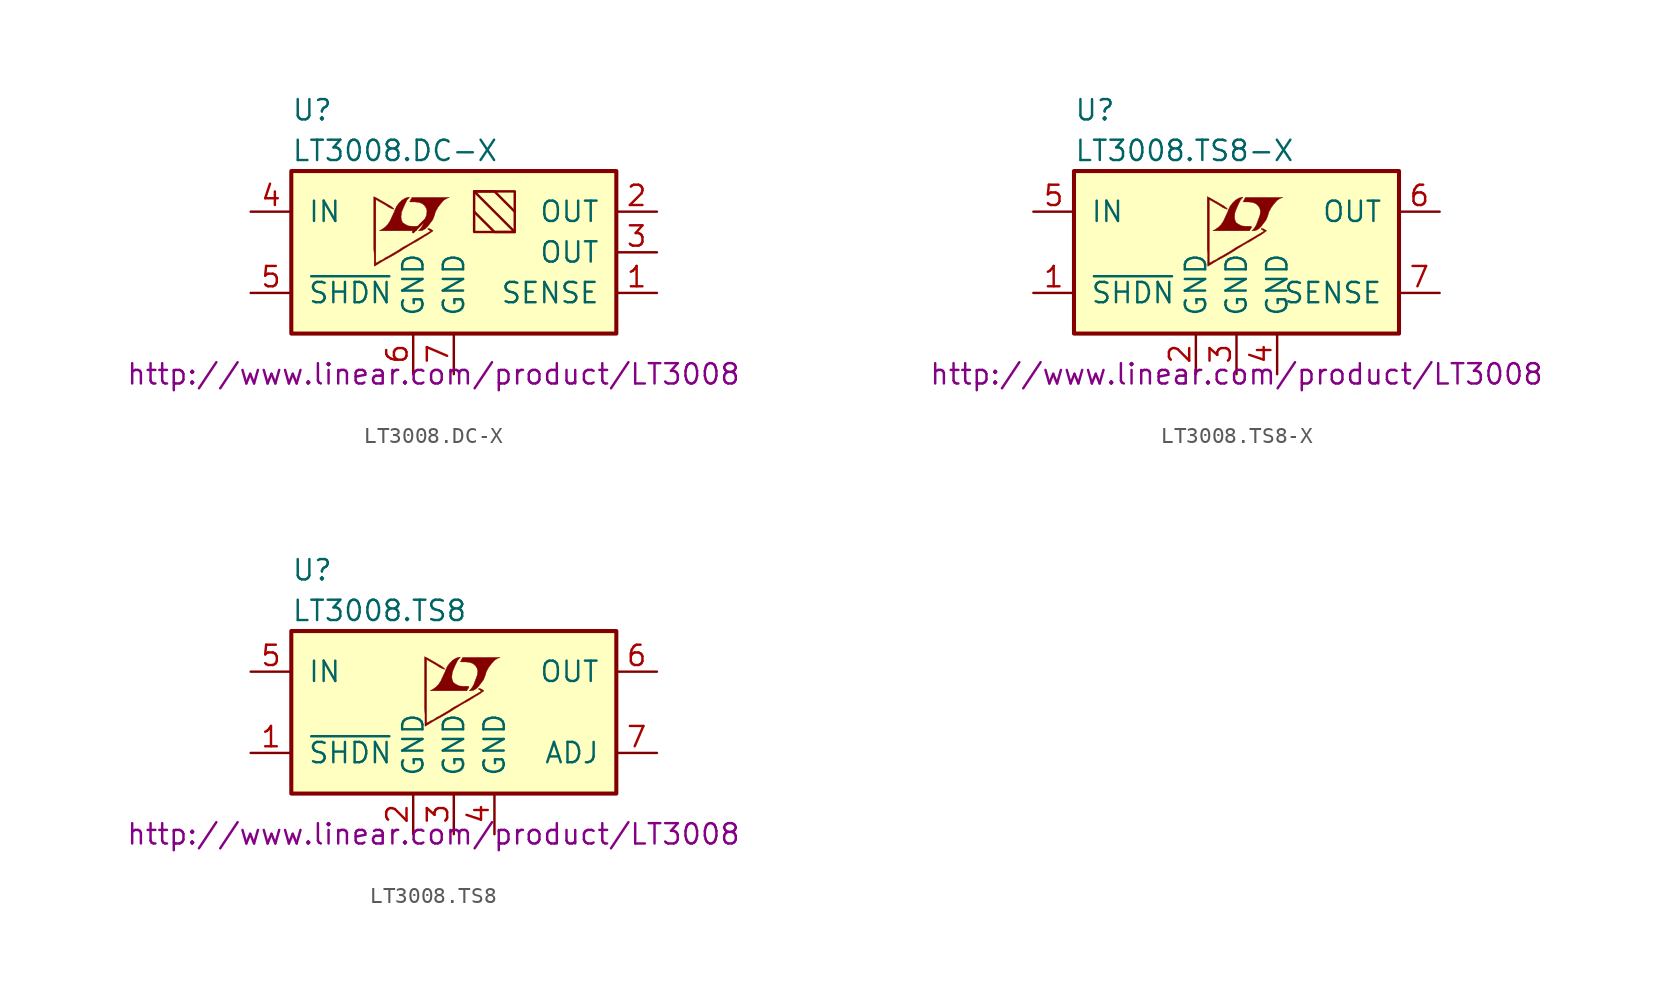
<source format=kicad_sym>
(kicad_symbol_lib
  (version 20201005)
  (generator kicad_symbol_editor)
  (symbol "LT3008.DC-X"
    (pin_names
      (offset 1.016))
    (property "Reference" "U"
      (at -10.16 8.89 0)
      (effects (font (size 1.27 1.27)) (justify left)))
    (property "Value" "LT3008.DC-X"
      (at -10.16 6.35 0)
      (effects (font (size 1.27 1.27)) (justify left)))
    (property "Datasheet" "http://www.linear.com/product/LT3008"
      (at -1.27 -7.62 0)
      (effects (font (size 1.27 1.27))))
    (symbol "LT3008.DC-X_0_0"
      (polyline (pts (xy -1.956 1.372) (xy -1.778 1.473) (xy -1.626 1.626) (xy -1.321 2.032) (xy -1.219 2.286) (xy -1.143 2.54) (xy -0.991 2.819) (xy -0.813 3.048) (xy -0.635 3.251) (xy -0.432 3.378) (xy -0.279 3.429) (xy -2.616 3.429) (xy -2.692 3.302) (xy -2.692 3.277) (xy -2.743 3.2) (xy -2.769 3.175) (xy -2.718 3.15) (xy -2.438 3.15) (xy -2.184 3.124) (xy -1.981 3.048) (xy -1.829 2.921) (xy -1.727 2.769) (xy -1.676 2.591) (xy -1.702 2.362) (xy -1.702 2.337) (xy -1.93 1.727) (xy -2.032 1.549) (xy -2.134 1.422) (xy -2.21 1.346) (xy -2.108 1.346) (xy -1.956 1.372)) (stroke (width 0.025)) (fill (type outline)))
      (polyline (pts (xy -2.311 1.448) (xy -2.286 1.473) (xy -2.235 1.549) (xy -2.235 1.6) (xy -2.286 1.626) (xy -2.591 1.626) (xy -2.845 1.651) (xy -3.048 1.753) (xy -3.2 1.854) (xy -3.277 2.032) (xy -3.302 2.21) (xy -3.277 2.438) (xy -3.277 2.464) (xy -3.226 2.616) (xy -3.073 2.972) (xy -2.921 3.277) (xy -2.845 3.353) (xy -2.769 3.454) (xy -2.896 3.429) (xy -3.048 3.378) (xy -3.251 3.251) (xy -3.429 3.073) (xy -3.581 2.87) (xy -3.708 2.591) (xy -3.708 2.565) (xy -3.861 2.235) (xy -3.988 1.956) (xy -4.14 1.727) (xy -4.293 1.575) (xy -4.47 1.448) (xy -4.648 1.346) (xy -2.362 1.346) (xy -2.311 1.448)) (stroke (width 0.025)) (fill (type outline)))
      (polyline (pts (xy -4.902 -0.838) (xy -4.826 -0.787) (xy -4.699 -0.711) (xy -4.623 -0.66) (xy -4.369 -0.508) (xy -3.81 -0.203) (xy -3.302 0.102) (xy -3.073 0.254) (xy -2.896 0.356) (xy -2.743 0.457) (xy -2.642 0.508) (xy -2.565 0.559) (xy -2.413 0.635) (xy -2.235 0.737) (xy -1.829 0.991) (xy -1.651 1.092) (xy -1.499 1.194) (xy -1.397 1.27) (xy -1.321 1.321) (xy -1.295 1.346) (xy -1.448 1.448) (xy -1.6 1.499) (xy -1.626 1.473) (xy -1.626 1.448) (xy -1.549 1.397) (xy -1.448 1.321) (xy -2.362 0.787) (xy -2.565 0.66) (xy -2.87 0.483) (xy -3.2 0.305) (xy -3.505 0.102) (xy -3.81 -0.076) (xy -4.064 -0.229) (xy -4.267 -0.33) (xy -4.445 -0.457) (xy -4.623 -0.533) (xy -4.75 -0.61) (xy -4.851 -0.66) (xy -4.877 -0.686) (xy -4.877 3.302) (xy -4.343 2.997) (xy -4.216 2.921) (xy -4.064 2.819) (xy -3.912 2.743) (xy -3.835 2.718) (xy -3.785 2.692) (xy -3.759 2.692) (xy -3.759 2.743) (xy -3.835 2.794) (xy -3.962 2.896) (xy -4.14 2.997) (xy -4.267 3.073) (xy -4.623 3.277) (xy -4.75 3.353) (xy -5.004 3.48) (xy -5.004 0.203) (xy -4.978 -0.102) (xy -4.978 -0.864) (xy -4.953 -0.864) (xy -4.902 -0.838)) (stroke (width 0.025)) (fill (type outline))))
    (symbol "LT3008.DC-X_0_1"
      (rectangle (start -10.16 5.08) (end 10.16 -5.08) (stroke (width 0.254)) (fill (type background)))
      (rectangle (start 1.27 3.81) (end 3.81 1.27) (stroke (width 0)) (fill (type none)))
      (polyline (pts (xy -1.27 2.54) (xy -2.54 1.27)) (stroke (width 0)) (fill (type none)))
      (polyline (pts (xy 1.27 2.54) (xy 2.54 1.27) (xy 3.81 1.27) (xy 1.27 3.81) (xy 2.54 3.81) (xy 3.81 2.54)) (stroke (width 0)) (fill (type none))))
    (symbol "LT3008.DC-X_1_1"
      (pin passive line (at 12.7 -2.54 180) (length 2.54) (name "SENSE" (effects (font (size 1.27 1.27)))) (number "1" (effects (font (size 1.27 1.27)))))
      (pin passive line (at 12.7 2.54 180) (length 2.54) (name "OUT" (effects (font (size 1.27 1.27)))) (number "2" (effects (font (size 1.27 1.27)))))
      (pin passive line (at 12.7 0 180) (length 2.54) (name "OUT" (effects (font (size 1.27 1.27)))) (number "3" (effects (font (size 1.27 1.27)))))
      (pin power_in line (at -12.7 2.54 0) (length 2.54) (name "IN" (effects (font (size 1.27 1.27)))) (number "4" (effects (font (size 1.27 1.27)))))
      (pin input line (at -12.7 -2.54 0) (length 2.54) (name "~SHDN~" (effects (font (size 1.27 1.27)))) (number "5" (effects (font (size 1.27 1.27)))))
      (pin power_in line (at -2.54 -7.62 90) (length 2.54) (name "GND" (effects (font (size 1.27 1.27)))) (number "6" (effects (font (size 1.27 1.27)))))
      (pin power_in line (at 0 -7.62 90) (length 2.54) (name "GND" (effects (font (size 1.27 1.27)))) (number "7" (effects (font (size 1.27 1.27)))))))
  (symbol "LT3008.TS8-X"
    (pin_names
      (offset 1.016))
    (property "Reference" "U"
      (at -10.16 8.89 0)
      (effects (font (size 1.27 1.27)) (justify left)))
    (property "Value" "LT3008.TS8-X"
      (at -10.16 6.35 0)
      (effects (font (size 1.27 1.27)) (justify left)))
    (property "Datasheet" "http://www.linear.com/product/LT3008"
      (at 0 -7.62 0)
      (effects (font (size 1.27 1.27))))
    (symbol "LT3008.TS8-X_0_0"
      (polyline (pts (xy 1.219 1.372) (xy 1.397 1.473) (xy 1.549 1.626) (xy 1.854 2.032) (xy 1.956 2.286) (xy 2.032 2.54) (xy 2.184 2.819) (xy 2.362 3.048) (xy 2.54 3.251) (xy 2.743 3.378) (xy 2.896 3.429) (xy 0.559 3.429) (xy 0.483 3.302) (xy 0.483 3.277) (xy 0.432 3.2) (xy 0.406 3.175) (xy 0.457 3.15) (xy 0.737 3.15) (xy 0.991 3.124) (xy 1.194 3.048) (xy 1.346 2.921) (xy 1.448 2.769) (xy 1.499 2.591) (xy 1.473 2.362) (xy 1.473 2.337) (xy 1.245 1.727) (xy 1.143 1.549) (xy 1.041 1.422) (xy 0.965 1.346) (xy 1.067 1.346) (xy 1.219 1.372)) (stroke (width 0.025)) (fill (type outline)))
      (polyline (pts (xy 0.864 1.448) (xy 0.889 1.473) (xy 0.94 1.549) (xy 0.94 1.6) (xy 0.889 1.626) (xy 0.584 1.626) (xy 0.33 1.651) (xy 0.127 1.753) (xy -0.025 1.854) (xy -0.102 2.032) (xy -0.127 2.21) (xy -0.102 2.438) (xy -0.102 2.464) (xy -0.051 2.616) (xy 0.102 2.972) (xy 0.254 3.277) (xy 0.33 3.353) (xy 0.406 3.454) (xy 0.279 3.429) (xy 0.127 3.378) (xy -0.076 3.251) (xy -0.254 3.073) (xy -0.406 2.87) (xy -0.533 2.591) (xy -0.533 2.565) (xy -0.686 2.235) (xy -0.813 1.956) (xy -0.965 1.727) (xy -1.118 1.575) (xy -1.295 1.448) (xy -1.473 1.346) (xy 0.813 1.346) (xy 0.864 1.448)) (stroke (width 0.025)) (fill (type outline)))
      (polyline (pts (xy -1.727 -0.838) (xy -1.651 -0.787) (xy -1.524 -0.711) (xy -1.448 -0.66) (xy -1.194 -0.508) (xy -0.635 -0.203) (xy -0.127 0.102) (xy 0.102 0.254) (xy 0.279 0.356) (xy 0.432 0.457) (xy 0.533 0.508) (xy 0.61 0.559) (xy 0.762 0.635) (xy 0.94 0.737) (xy 1.346 0.991) (xy 1.524 1.092) (xy 1.676 1.194) (xy 1.778 1.27) (xy 1.854 1.321) (xy 1.88 1.346) (xy 1.727 1.448) (xy 1.575 1.499) (xy 1.549 1.473) (xy 1.549 1.448) (xy 1.626 1.397) (xy 1.727 1.321) (xy 0.813 0.787) (xy 0.61 0.66) (xy 0.305 0.483) (xy -0.025 0.305) (xy -0.33 0.102) (xy -0.635 -0.076) (xy -0.889 -0.229) (xy -1.092 -0.33) (xy -1.27 -0.457) (xy -1.448 -0.533) (xy -1.575 -0.61) (xy -1.676 -0.66) (xy -1.702 -0.686) (xy -1.702 3.302) (xy -1.168 2.997) (xy -1.041 2.921) (xy -0.889 2.819) (xy -0.737 2.743) (xy -0.66 2.718) (xy -0.61 2.692) (xy -0.584 2.692) (xy -0.584 2.743) (xy -0.66 2.794) (xy -0.787 2.896) (xy -0.965 2.997) (xy -1.092 3.073) (xy -1.448 3.277) (xy -1.575 3.353) (xy -1.829 3.48) (xy -1.829 0.203) (xy -1.803 -0.102) (xy -1.803 -0.864) (xy -1.778 -0.864) (xy -1.727 -0.838)) (stroke (width 0.025)) (fill (type outline))))
    (symbol "LT3008.TS8-X_0_1"
      (rectangle (start -10.16 5.08) (end 10.16 -5.08) (stroke (width 0.254)) (fill (type background))))
    (symbol "LT3008.TS8-X_1_1"
      (pin input line (at -12.7 -2.54 0) (length 2.54) (name "~SHDN~" (effects (font (size 1.27 1.27)))) (number "1" (effects (font (size 1.27 1.27)))))
      (pin power_in line (at -2.54 -7.62 90) (length 2.54) (name "GND" (effects (font (size 1.27 1.27)))) (number "2" (effects (font (size 1.27 1.27)))))
      (pin power_in line (at 0 -7.62 90) (length 2.54) (name "GND" (effects (font (size 1.27 1.27)))) (number "3" (effects (font (size 1.27 1.27)))))
      (pin power_in line (at 2.54 -7.62 90) (length 2.54) (name "GND" (effects (font (size 1.27 1.27)))) (number "4" (effects (font (size 1.27 1.27)))))
      (pin power_in line (at -12.7 2.54 0) (length 2.54) (name "IN" (effects (font (size 1.27 1.27)))) (number "5" (effects (font (size 1.27 1.27)))))
      (pin power_out line (at 12.7 2.54 180) (length 2.54) (name "OUT" (effects (font (size 1.27 1.27)))) (number "6" (effects (font (size 1.27 1.27)))))
      (pin passive line (at 12.7 -2.54 180) (length 2.54) (name "SENSE" (effects (font (size 1.27 1.27)))) (number "7" (effects (font (size 1.27 1.27)))))
      (pin unconnected line (at -12.7 0 0) (length 2.54) hide (name "NC" (effects (font (size 1.27 1.27)))) (number "8" (effects (font (size 1.27 1.27)))))))
  (symbol "LT3008.TS8"
    (pin_names
      (offset 1.016))
    (property "Reference" "U"
      (at -10.16 8.89 0)
      (effects (font (size 1.27 1.27)) (justify left)))
    (property "Value" "LT3008.TS8"
      (at -10.16 6.35 0)
      (effects (font (size 1.27 1.27)) (justify left)))
    (property "Datasheet" "http://www.linear.com/product/LT3008"
      (at -1.27 -7.62 0)
      (effects (font (size 1.27 1.27))))
    (symbol "LT3008.TS8_0_0"
      (polyline (pts (xy 1.219 1.372) (xy 1.397 1.473) (xy 1.549 1.626) (xy 1.854 2.032) (xy 1.956 2.286) (xy 2.032 2.54) (xy 2.184 2.819) (xy 2.362 3.048) (xy 2.54 3.251) (xy 2.743 3.378) (xy 2.896 3.429) (xy 0.559 3.429) (xy 0.483 3.302) (xy 0.483 3.277) (xy 0.432 3.2) (xy 0.406 3.175) (xy 0.457 3.15) (xy 0.737 3.15) (xy 0.991 3.124) (xy 1.194 3.048) (xy 1.346 2.921) (xy 1.448 2.769) (xy 1.499 2.591) (xy 1.473 2.362) (xy 1.473 2.337) (xy 1.245 1.727) (xy 1.143 1.549) (xy 1.041 1.422) (xy 0.965 1.346) (xy 1.067 1.346) (xy 1.219 1.372)) (stroke (width 0.025)) (fill (type outline)))
      (polyline (pts (xy 0.864 1.448) (xy 0.889 1.473) (xy 0.94 1.549) (xy 0.94 1.6) (xy 0.889 1.626) (xy 0.584 1.626) (xy 0.33 1.651) (xy 0.127 1.753) (xy -0.025 1.854) (xy -0.102 2.032) (xy -0.127 2.21) (xy -0.102 2.438) (xy -0.102 2.464) (xy -0.051 2.616) (xy 0.102 2.972) (xy 0.254 3.277) (xy 0.33 3.353) (xy 0.406 3.454) (xy 0.279 3.429) (xy 0.127 3.378) (xy -0.076 3.251) (xy -0.254 3.073) (xy -0.406 2.87) (xy -0.533 2.591) (xy -0.533 2.565) (xy -0.686 2.235) (xy -0.813 1.956) (xy -0.965 1.727) (xy -1.118 1.575) (xy -1.295 1.448) (xy -1.473 1.346) (xy 0.813 1.346) (xy 0.864 1.448)) (stroke (width 0.025)) (fill (type outline)))
      (polyline (pts (xy -1.727 -0.838) (xy -1.651 -0.787) (xy -1.524 -0.711) (xy -1.448 -0.66) (xy -1.194 -0.508) (xy -0.635 -0.203) (xy -0.127 0.102) (xy 0.102 0.254) (xy 0.279 0.356) (xy 0.432 0.457) (xy 0.533 0.508) (xy 0.61 0.559) (xy 0.762 0.635) (xy 0.94 0.737) (xy 1.346 0.991) (xy 1.524 1.092) (xy 1.676 1.194) (xy 1.778 1.27) (xy 1.854 1.321) (xy 1.88 1.346) (xy 1.727 1.448) (xy 1.575 1.499) (xy 1.549 1.473) (xy 1.549 1.448) (xy 1.626 1.397) (xy 1.727 1.321) (xy 0.813 0.787) (xy 0.61 0.66) (xy 0.305 0.483) (xy -0.025 0.305) (xy -0.33 0.102) (xy -0.635 -0.076) (xy -0.889 -0.229) (xy -1.092 -0.33) (xy -1.27 -0.457) (xy -1.448 -0.533) (xy -1.575 -0.61) (xy -1.676 -0.66) (xy -1.702 -0.686) (xy -1.702 3.302) (xy -1.168 2.997) (xy -1.041 2.921) (xy -0.889 2.819) (xy -0.737 2.743) (xy -0.66 2.718) (xy -0.61 2.692) (xy -0.584 2.692) (xy -0.584 2.743) (xy -0.66 2.794) (xy -0.787 2.896) (xy -0.965 2.997) (xy -1.092 3.073) (xy -1.448 3.277) (xy -1.575 3.353) (xy -1.829 3.48) (xy -1.829 0.203) (xy -1.803 -0.102) (xy -1.803 -0.864) (xy -1.778 -0.864) (xy -1.727 -0.838)) (stroke (width 0.025)) (fill (type outline))))
    (symbol "LT3008.TS8_0_1"
      (rectangle (start -10.16 5.08) (end 10.16 -5.08) (stroke (width 0.254)) (fill (type background))))
    (symbol "LT3008.TS8_1_1"
      (pin input line (at -12.7 -2.54 0) (length 2.54) (name "~SHDN~" (effects (font (size 1.27 1.27)))) (number "1" (effects (font (size 1.27 1.27)))))
      (pin power_in line (at -2.54 -7.62 90) (length 2.54) (name "GND" (effects (font (size 1.27 1.27)))) (number "2" (effects (font (size 1.27 1.27)))))
      (pin power_in line (at 0 -7.62 90) (length 2.54) (name "GND" (effects (font (size 1.27 1.27)))) (number "3" (effects (font (size 1.27 1.27)))))
      (pin power_in line (at 2.54 -7.62 90) (length 2.54) (name "GND" (effects (font (size 1.27 1.27)))) (number "4" (effects (font (size 1.27 1.27)))))
      (pin power_in line (at -12.7 2.54 0) (length 2.54) (name "IN" (effects (font (size 1.27 1.27)))) (number "5" (effects (font (size 1.27 1.27)))))
      (pin power_out line (at 12.7 2.54 180) (length 2.54) (name "OUT" (effects (font (size 1.27 1.27)))) (number "6" (effects (font (size 1.27 1.27)))))
      (pin passive line (at 12.7 -2.54 180) (length 2.54) (name "ADJ" (effects (font (size 1.27 1.27)))) (number "7" (effects (font (size 1.27 1.27)))))
      (pin unconnected line (at -12.7 0 0) (length 2.54) hide (name "NC" (effects (font (size 1.27 1.27)))) (number "8" (effects (font (size 1.27 1.27))))))))
</source>
